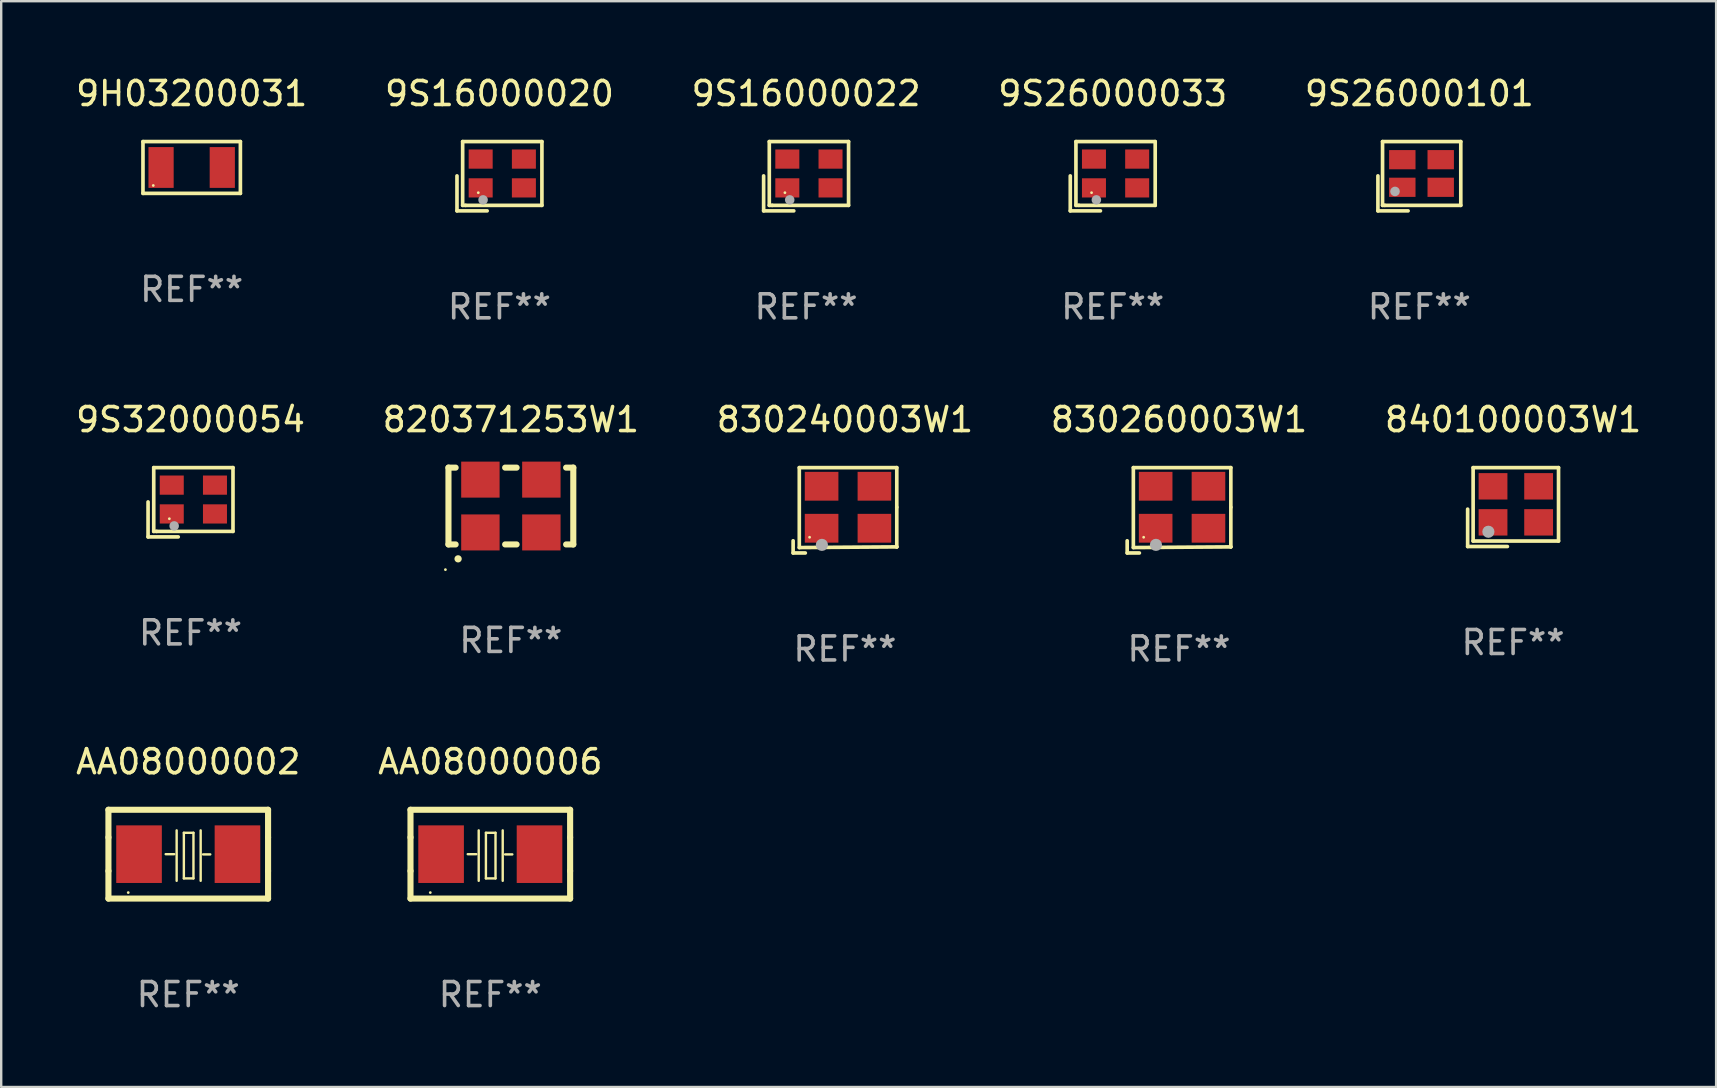
<source format=kicad_pcb>
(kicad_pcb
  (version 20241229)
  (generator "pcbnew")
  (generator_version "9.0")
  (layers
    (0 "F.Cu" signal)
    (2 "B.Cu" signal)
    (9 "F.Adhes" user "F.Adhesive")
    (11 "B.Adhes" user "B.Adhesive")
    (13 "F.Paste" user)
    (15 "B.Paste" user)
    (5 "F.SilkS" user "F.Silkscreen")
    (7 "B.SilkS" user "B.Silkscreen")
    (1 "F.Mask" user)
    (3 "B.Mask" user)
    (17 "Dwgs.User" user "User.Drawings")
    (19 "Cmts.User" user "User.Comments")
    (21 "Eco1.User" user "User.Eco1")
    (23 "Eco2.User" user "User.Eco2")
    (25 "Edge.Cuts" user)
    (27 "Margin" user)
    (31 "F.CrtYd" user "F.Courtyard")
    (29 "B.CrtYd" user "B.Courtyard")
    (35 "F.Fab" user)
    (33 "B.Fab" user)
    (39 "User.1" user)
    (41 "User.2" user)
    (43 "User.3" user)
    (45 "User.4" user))
  (footprint "9S16000022"
    (layer "F.Cu")
    (at 30.53 4.291)
    (property "Reference" "9S16000022" (at 0 -3.443 0) (layer "F.SilkS") (effects (font (size 1 1) (thickness 0.15))))
    (attr through_hole)
    (fp_line (start -1.769 -0.014) (end -1.769 1.443) (stroke (width 0.152) (type solid)) (layer "F.SilkS"))
    (fp_line (start -1.769 1.443) (end -0.512 1.443) (stroke (width 0.152) (type solid)) (layer "F.SilkS"))
    (fp_line (start -1.533 -1.443) (end 1.769 -1.443) (stroke (width 0.152) (type solid)) (layer "F.SilkS"))
    (fp_line (start -1.533 1.214) (end -1.533 -1.443) (stroke (width 0.152) (type solid)) (layer "F.SilkS"))
    (fp_line (start -1.411 1.214) (end -1.533 1.214) (stroke (width 0.152) (type solid)) (layer "F.SilkS"))
    (fp_line (start 1.769 -1.443) (end 1.769 1.214) (stroke (width 0.152) (type solid)) (layer "F.SilkS"))
    (fp_line (start 1.769 1.214) (end -1.411 1.214) (stroke (width 0.152) (type solid)) (layer "F.SilkS"))
    (fp_circle (center -0.882 0.686) (end -0.852 0.686) (stroke (width 0.06) (type solid)) (fill no) (layer "F.SilkS"))
    (fp_circle (center -0.682 0.986) (end -0.582 0.986) (stroke (width 0.2) (type solid)) (fill no) (layer "F.Fab"))
    (fp_text user "REF**" (at 0 5.443 0) (layer "F.Fab") (effects (font (size 1 1) (thickness 0.15))))
    (pad "1" smd rect (at -0.782 0.486 90) (size 0.8 1) (layers "F.Cu" "F.Mask" "F.Paste"))
    (pad "2" smd rect (at 1.018 0.486 90) (size 0.8 1) (layers "F.Cu" "F.Mask" "F.Paste"))
    (pad "3" smd rect (at 1.018 -0.714 90) (size 0.8 1) (layers "F.Cu" "F.Mask" "F.Paste"))
    (pad "4" smd rect (at -0.782 -0.714 90) (size 0.8 1) (layers "F.Cu" "F.Mask" "F.Paste")))
  (footprint "9S32000054"
    (layer "F.Cu")
    (at 4.887 17.873)
    (property "Reference" "9S32000054" (at 0 -3.443 0) (layer "F.SilkS") (effects (font (size 1 1) (thickness 0.15))))
    (attr through_hole)
    (fp_line (start -1.769 -0.014) (end -1.769 1.443) (stroke (width 0.152) (type solid)) (layer "F.SilkS"))
    (fp_line (start -1.769 1.443) (end -0.512 1.443) (stroke (width 0.152) (type solid)) (layer "F.SilkS"))
    (fp_line (start -1.533 -1.443) (end 1.769 -1.443) (stroke (width 0.152) (type solid)) (layer "F.SilkS"))
    (fp_line (start -1.533 1.214) (end -1.533 -1.443) (stroke (width 0.152) (type solid)) (layer "F.SilkS"))
    (fp_line (start -1.411 1.214) (end -1.533 1.214) (stroke (width 0.152) (type solid)) (layer "F.SilkS"))
    (fp_line (start 1.769 -1.443) (end 1.769 1.214) (stroke (width 0.152) (type solid)) (layer "F.SilkS"))
    (fp_line (start 1.769 1.214) (end -1.411 1.214) (stroke (width 0.152) (type solid)) (layer "F.SilkS"))
    (fp_circle (center -0.882 0.686) (end -0.852 0.686) (stroke (width 0.06) (type solid)) (fill no) (layer "F.SilkS"))
    (fp_circle (center -0.682 0.986) (end -0.582 0.986) (stroke (width 0.2) (type solid)) (fill no) (layer "F.Fab"))
    (fp_text user "REF**" (at 0 5.443 0) (layer "F.Fab") (effects (font (size 1 1) (thickness 0.15))))
    (pad "1" smd rect (at -0.782 0.486 90) (size 0.8 1) (layers "F.Cu" "F.Mask" "F.Paste"))
    (pad "2" smd rect (at 1.018 0.486 90) (size 0.8 1) (layers "F.Cu" "F.Mask" "F.Paste"))
    (pad "3" smd rect (at 1.018 -0.714 90) (size 0.8 1) (layers "F.Cu" "F.Mask" "F.Paste"))
    (pad "4" smd rect (at -0.782 -0.714 90) (size 0.8 1) (layers "F.Cu" "F.Mask" "F.Paste")))
  (footprint "AA08000002"
    (layer "F.Cu")
    (at 4.792 32.533)
    (property "Reference" "AA08000002" (at 0 -3.85 0) (layer "F.SilkS") (effects (font (size 1 1) (thickness 0.15))))
    (attr through_hole)
    (fp_line (start -3.325 0.7) (end -3.325 -0.7) (stroke (width 0.254) (type solid)) (layer "F.SilkS"))
    (fp_line (start -3.325 -1.85) (end 3.325 -1.85) (stroke (width 0.254) (type solid)) (layer "F.SilkS"))
    (fp_line (start -3.325 -0.7) (end -3.325 -1.85) (stroke (width 0.254) (type solid)) (layer "F.SilkS"))
    (fp_line (start -3.325 1.85) (end -3.325 0.7) (stroke (width 0.254) (type solid)) (layer "F.SilkS"))
    (fp_line (start -0.94 -0.000127) (end -0.584 -0.000127) (stroke (width 0.1) (type solid)) (layer "F.SilkS"))
    (fp_line (start -0.483 -0.991) (end -0.483 1.109) (stroke (width 0.1) (type solid)) (layer "F.SilkS"))
    (fp_line (start -0.183 -0.891) (end -0.183 1.009) (stroke (width 0.1) (type solid)) (layer "F.SilkS"))
    (fp_line (start -0.183 1.009) (end 0.217 1.009) (stroke (width 0.1) (type solid)) (layer "F.SilkS"))
    (fp_line (start 0.217 -0.891) (end -0.183 -0.891) (stroke (width 0.1) (type solid)) (layer "F.SilkS"))
    (fp_line (start 0.217 1.009) (end 0.217 -0.891) (stroke (width 0.1) (type solid)) (layer "F.SilkS"))
    (fp_line (start 0.517 -0.991) (end 0.517 1.109) (stroke (width 0.1) (type solid)) (layer "F.SilkS"))
    (fp_line (start 0.617 0.009) (end 0.917 0.009) (stroke (width 0.1) (type solid)) (layer "F.SilkS"))
    (fp_line (start 3.325 -1.85) (end 3.325 -0.7) (stroke (width 0.254) (type solid)) (layer "F.SilkS"))
    (fp_line (start 3.325 0.7) (end 3.325 1.85) (stroke (width 0.254) (type solid)) (layer "F.SilkS"))
    (fp_line (start 3.325 1.85) (end -3.325 1.85) (stroke (width 0.254) (type solid)) (layer "F.SilkS"))
    (fp_line (start 3.325 -0.7) (end 3.325 0.7) (stroke (width 0.254) (type solid)) (layer "F.SilkS"))
    (fp_circle (center -2.5 1.6) (end -2.47 1.6) (stroke (width 0.06) (type solid)) (fill no) (layer "F.SilkS"))
    (fp_text user "REF**" (at 0 5.85 0) (layer "F.Fab") (effects (font (size 1 1) (thickness 0.15))))
    (pad "1" smd rect (at -2.05 -0.000127) (size 1.9 2.4) (layers "F.Cu" "F.Mask" "F.Paste"))
    (pad "2" smd rect (at 2.05 -0.000127) (size 1.9 2.4) (layers "F.Cu" "F.Mask" "F.Paste")))
  (footprint "9S26000033"
    (layer "F.Cu")
    (at 43.304 4.291)
    (property "Reference" "9S26000033" (at 0 -3.443 0) (layer "F.SilkS") (effects (font (size 1 1) (thickness 0.15))))
    (attr through_hole)
    (fp_line (start -1.769 -0.014) (end -1.769 1.443) (stroke (width 0.152) (type solid)) (layer "F.SilkS"))
    (fp_line (start -1.769 1.443) (end -0.512 1.443) (stroke (width 0.152) (type solid)) (layer "F.SilkS"))
    (fp_line (start -1.533 -1.443) (end 1.769 -1.443) (stroke (width 0.152) (type solid)) (layer "F.SilkS"))
    (fp_line (start -1.533 1.214) (end -1.533 -1.443) (stroke (width 0.152) (type solid)) (layer "F.SilkS"))
    (fp_line (start -1.411 1.214) (end -1.533 1.214) (stroke (width 0.152) (type solid)) (layer "F.SilkS"))
    (fp_line (start 1.769 -1.443) (end 1.769 1.214) (stroke (width 0.152) (type solid)) (layer "F.SilkS"))
    (fp_line (start 1.769 1.214) (end -1.411 1.214) (stroke (width 0.152) (type solid)) (layer "F.SilkS"))
    (fp_circle (center -0.882 0.686) (end -0.852 0.686) (stroke (width 0.06) (type solid)) (fill no) (layer "F.SilkS"))
    (fp_circle (center -0.682 0.986) (end -0.582 0.986) (stroke (width 0.2) (type solid)) (fill no) (layer "F.Fab"))
    (fp_text user "REF**" (at 0 5.443 0) (layer "F.Fab") (effects (font (size 1 1) (thickness 0.15))))
    (pad "1" smd rect (at -0.782 0.486 90) (size 0.8 1) (layers "F.Cu" "F.Mask" "F.Paste"))
    (pad "2" smd rect (at 1.018 0.486 90) (size 0.8 1) (layers "F.Cu" "F.Mask" "F.Paste"))
    (pad "3" smd rect (at 1.018 -0.714 90) (size 0.8 1) (layers "F.Cu" "F.Mask" "F.Paste"))
    (pad "4" smd rect (at -0.782 -0.714 90) (size 0.8 1) (layers "F.Cu" "F.Mask" "F.Paste")))
  (footprint "9S26000101"
    (layer "F.Cu")
    (at 56.077 4.291)
    (property "Reference" "9S26000101" (at 0 -3.443 0) (layer "F.SilkS") (effects (font (size 1 1) (thickness 0.15))))
    (attr through_hole)
    (fp_line (start -1.726 -0.015) (end -1.726 1.443) (stroke (width 0.152) (type solid)) (layer "F.SilkS"))
    (fp_line (start -1.726 1.443) (end -0.469 1.443) (stroke (width 0.152) (type solid)) (layer "F.SilkS"))
    (fp_line (start -1.533 -1.443) (end 1.726 -1.443) (stroke (width 0.152) (type solid)) (layer "F.SilkS"))
    (fp_line (start -1.533 1.214) (end -1.533 -1.443) (stroke (width 0.152) (type solid)) (layer "F.SilkS"))
    (fp_line (start -1.439 1.214) (end -1.533 1.214) (stroke (width 0.152) (type solid)) (layer "F.SilkS"))
    (fp_line (start 1.726 -1.443) (end 1.726 1.214) (stroke (width 0.152) (type solid)) (layer "F.SilkS"))
    (fp_line (start 1.726 1.214) (end -1.439 1.214) (stroke (width 0.152) (type solid)) (layer "F.SilkS"))
    (fp_circle (center -0.91 0.686) (end -0.88 0.686) (stroke (width 0.06) (type solid)) (fill no) (layer "F.SilkS"))
    (fp_circle (center -1.014 0.633) (end -0.914 0.633) (stroke (width 0.2) (type solid)) (fill no) (layer "F.Fab"))
    (fp_text user "REF**" (at 0 5.443 0) (layer "F.Fab") (effects (font (size 1 1) (thickness 0.15))))
    (pad "1" smd rect (at -0.71 0.461) (size 1.1 0.8) (layers "F.Cu" "F.Mask" "F.Paste"))
    (pad "2" smd rect (at 0.89 0.461) (size 1.1 0.8) (layers "F.Cu" "F.Mask" "F.Paste"))
    (pad "3" smd rect (at 0.89 -0.689) (size 1.1 0.8) (layers "F.Cu" "F.Mask" "F.Paste"))
    (pad "4" smd rect (at -0.71 -0.689) (size 1.1 0.8) (layers "F.Cu" "F.Mask" "F.Paste")))
  (footprint "9S16000020"
    (layer "F.Cu")
    (at 17.756 4.291)
    (property "Reference" "9S16000020" (at 0 -3.443 0) (layer "F.SilkS") (effects (font (size 1 1) (thickness 0.15))))
    (attr through_hole)
    (fp_line (start -1.769 -0.014) (end -1.769 1.443) (stroke (width 0.152) (type solid)) (layer "F.SilkS"))
    (fp_line (start -1.769 1.443) (end -0.512 1.443) (stroke (width 0.152) (type solid)) (layer "F.SilkS"))
    (fp_line (start -1.533 -1.443) (end 1.769 -1.443) (stroke (width 0.152) (type solid)) (layer "F.SilkS"))
    (fp_line (start -1.533 1.214) (end -1.533 -1.443) (stroke (width 0.152) (type solid)) (layer "F.SilkS"))
    (fp_line (start -1.411 1.214) (end -1.533 1.214) (stroke (width 0.152) (type solid)) (layer "F.SilkS"))
    (fp_line (start 1.769 -1.443) (end 1.769 1.214) (stroke (width 0.152) (type solid)) (layer "F.SilkS"))
    (fp_line (start 1.769 1.214) (end -1.411 1.214) (stroke (width 0.152) (type solid)) (layer "F.SilkS"))
    (fp_circle (center -0.882 0.686) (end -0.852 0.686) (stroke (width 0.06) (type solid)) (fill no) (layer "F.SilkS"))
    (fp_circle (center -0.682 0.986) (end -0.582 0.986) (stroke (width 0.2) (type solid)) (fill no) (layer "F.Fab"))
    (fp_text user "REF**" (at 0 5.443 0) (layer "F.Fab") (effects (font (size 1 1) (thickness 0.15))))
    (pad "1" smd rect (at -0.782 0.486 90) (size 0.8 1) (layers "F.Cu" "F.Mask" "F.Paste"))
    (pad "2" smd rect (at 1.018 0.486 90) (size 0.8 1) (layers "F.Cu" "F.Mask" "F.Paste"))
    (pad "3" smd rect (at 1.018 -0.714 90) (size 0.8 1) (layers "F.Cu" "F.Mask" "F.Paste"))
    (pad "4" smd rect (at -0.782 -0.714 90) (size 0.8 1) (layers "F.Cu" "F.Mask" "F.Paste")))
  (footprint "830240003W1"
    (layer "F.Cu")
    (at 32.149 18.208)
    (property "Reference" "830240003W1" (at 0 -3.778 0) (layer "F.SilkS") (effects (font (size 1 1) (thickness 0.15))))
    (attr through_hole)
    (fp_line (start -2.159 1.27) (end -2.159 1.778) (stroke (width 0.152) (type solid)) (layer "F.SilkS"))
    (fp_line (start -2.159 1.778) (end -1.651 1.778) (stroke (width 0.152) (type solid)) (layer "F.SilkS"))
    (fp_line (start -1.902 -1.778) (end 2.159 -1.778) (stroke (width 0.152) (type solid)) (layer "F.SilkS"))
    (fp_line (start -1.902 1.552) (end -1.902 -1.778) (stroke (width 0.152) (type solid)) (layer "F.SilkS"))
    (fp_line (start 2.159 -1.778) (end 2.159 -0.127) (stroke (width 0.152) (type solid)) (layer "F.SilkS"))
    (fp_line (start 2.159 -0.127) (end 2.159 1.524) (stroke (width 0.152) (type solid)) (layer "F.SilkS"))
    (fp_line (start 2.159 1.524) (end -1.902 1.552) (stroke (width 0.152) (type solid)) (layer "F.SilkS"))
    (fp_line (start 2.159 1.524) (end 2.159 1.524) (stroke (width 0.152) (type solid)) (layer "F.SilkS"))
    (fp_circle (center -1.473 1.123) (end -1.443 1.123) (stroke (width 0.06) (type solid)) (fill no) (layer "F.SilkS"))
    (fp_circle (center -0.961 1.44) (end -0.834 1.44) (stroke (width 0.254) (type solid)) (fill no) (layer "F.Fab"))
    (fp_text user "REF**" (at 0 5.778 0) (layer "F.Fab") (effects (font (size 1 1) (thickness 0.15))))
    (pad "1" smd rect (at -0.973 0.748) (size 1.4 1.2) (layers "F.Cu" "F.Mask" "F.Paste"))
    (pad "2" smd rect (at 1.227 0.748) (size 1.4 1.2) (layers "F.Cu" "F.Mask" "F.Paste"))
    (pad "3" smd rect (at 1.227 -1.002) (size 1.4 1.2) (layers "F.Cu" "F.Mask" "F.Paste"))
    (pad "4" smd rect (at -0.973 -1.002) (size 1.4 1.2) (layers "F.Cu" "F.Mask" "F.Paste")))
  (footprint "AA08000006"
    (layer "F.Cu")
    (at 17.375 32.533)
    (property "Reference" "AA08000006" (at 0 -3.85 0) (layer "F.SilkS") (effects (font (size 1 1) (thickness 0.15))))
    (attr through_hole)
    (fp_line (start -3.325 0.7) (end -3.325 -0.7) (stroke (width 0.254) (type solid)) (layer "F.SilkS"))
    (fp_line (start -3.325 -1.85) (end 3.325 -1.85) (stroke (width 0.254) (type solid)) (layer "F.SilkS"))
    (fp_line (start -3.325 -0.7) (end -3.325 -1.85) (stroke (width 0.254) (type solid)) (layer "F.SilkS"))
    (fp_line (start -3.325 1.85) (end -3.325 0.7) (stroke (width 0.254) (type solid)) (layer "F.SilkS"))
    (fp_line (start -0.94 -0.000127) (end -0.584 -0.000127) (stroke (width 0.1) (type solid)) (layer "F.SilkS"))
    (fp_line (start -0.483 -0.991) (end -0.483 1.109) (stroke (width 0.1) (type solid)) (layer "F.SilkS"))
    (fp_line (start -0.183 -0.891) (end -0.183 1.009) (stroke (width 0.1) (type solid)) (layer "F.SilkS"))
    (fp_line (start -0.183 1.009) (end 0.217 1.009) (stroke (width 0.1) (type solid)) (layer "F.SilkS"))
    (fp_line (start 0.217 -0.891) (end -0.183 -0.891) (stroke (width 0.1) (type solid)) (layer "F.SilkS"))
    (fp_line (start 0.217 1.009) (end 0.217 -0.891) (stroke (width 0.1) (type solid)) (layer "F.SilkS"))
    (fp_line (start 0.517 -0.991) (end 0.517 1.109) (stroke (width 0.1) (type solid)) (layer "F.SilkS"))
    (fp_line (start 0.617 0.009) (end 0.917 0.009) (stroke (width 0.1) (type solid)) (layer "F.SilkS"))
    (fp_line (start 3.325 -1.85) (end 3.325 -0.7) (stroke (width 0.254) (type solid)) (layer "F.SilkS"))
    (fp_line (start 3.325 0.7) (end 3.325 1.85) (stroke (width 0.254) (type solid)) (layer "F.SilkS"))
    (fp_line (start 3.325 1.85) (end -3.325 1.85) (stroke (width 0.254) (type solid)) (layer "F.SilkS"))
    (fp_line (start 3.325 -0.7) (end 3.325 0.7) (stroke (width 0.254) (type solid)) (layer "F.SilkS"))
    (fp_circle (center -2.5 1.6) (end -2.47 1.6) (stroke (width 0.06) (type solid)) (fill no) (layer "F.SilkS"))
    (fp_text user "REF**" (at 0 5.85 0) (layer "F.Fab") (effects (font (size 1 1) (thickness 0.15))))
    (pad "1" smd rect (at -2.05 -0.000127) (size 1.9 2.4) (layers "F.Cu" "F.Mask" "F.Paste"))
    (pad "2" smd rect (at 2.05 -0.000127) (size 1.9 2.4) (layers "F.Cu" "F.Mask" "F.Paste")))
  (footprint "840100003W1"
    (layer "F.Cu")
    (at 59.982 18.074)
    (property "Reference" "840100003W1" (at 0 -3.643 0) (layer "F.SilkS") (effects (font (size 1 1) (thickness 0.15))))
    (attr through_hole)
    (fp_line (start -1.893 0.086) (end -1.893 1.643) (stroke (width 0.152) (type solid)) (layer "F.SilkS"))
    (fp_line (start -1.893 1.643) (end -0.237 1.643) (stroke (width 0.152) (type solid)) (layer "F.SilkS"))
    (fp_line (start -1.665 -1.643) (end 1.893 -1.643) (stroke (width 0.152) (type solid)) (layer "F.SilkS"))
    (fp_line (start -1.665 1.414) (end -1.665 -1.643) (stroke (width 0.152) (type solid)) (layer "F.SilkS"))
    (fp_line (start 1.893 -1.643) (end 1.893 1.414) (stroke (width 0.152) (type solid)) (layer "F.SilkS"))
    (fp_line (start 1.893 1.414) (end -1.665 1.414) (stroke (width 0.152) (type solid)) (layer "F.SilkS"))
    (fp_circle (center -1.136 0.885) (end -1.106 0.885) (stroke (width 0.06) (type solid)) (fill no) (layer "F.SilkS"))
    (fp_circle (center -1.029 1.028) (end -0.902 1.028) (stroke (width 0.254) (type solid)) (fill no) (layer "F.Fab"))
    (fp_text user "REF**" (at 0 5.643 0) (layer "F.Fab") (effects (font (size 1 1) (thickness 0.15))))
    (pad "1" smd rect (at -0.836 0.636) (size 1.2 1.1) (layers "F.Cu" "F.Mask" "F.Paste"))
    (pad "2" smd rect (at 1.064 0.636) (size 1.2 1.1) (layers "F.Cu" "F.Mask" "F.Paste"))
    (pad "3" smd rect (at 1.064 -0.865) (size 1.2 1.1) (layers "F.Cu" "F.Mask" "F.Paste"))
    (pad "4" smd rect (at -0.836 -0.865) (size 1.2 1.1) (layers "F.Cu" "F.Mask" "F.Paste")))
  (footprint "9H03200031"
    (layer "F.Cu")
    (at 4.935 3.927)
    (property "Reference" "9H03200031" (at 0 -3.079 0) (layer "F.SilkS") (effects (font (size 1 1) (thickness 0.15))))
    (attr through_hole)
    (fp_line (start -2.029 -1.079) (end 2.029 -1.079) (stroke (width 0.152) (type solid)) (layer "F.SilkS"))
    (fp_line (start -2.029 1.079) (end -2.029 -1.079) (stroke (width 0.152) (type solid)) (layer "F.SilkS"))
    (fp_line (start 2.029 -1.079) (end 2.029 1.079) (stroke (width 0.152) (type solid)) (layer "F.SilkS"))
    (fp_line (start 2.029 1.079) (end -2.029 1.079) (stroke (width 0.152) (type solid)) (layer "F.SilkS"))
    (fp_circle (center -1.6 0.75) (end -1.57 0.75) (stroke (width 0.06) (type solid)) (fill no) (layer "F.SilkS"))
    (fp_text user "REF**" (at 0 5.079 0) (layer "F.Fab") (effects (font (size 1 1) (thickness 0.15))))
    (pad "1" smd rect (at -1.275 0) (size 1.05 1.7) (layers "F.Cu" "F.Mask" "F.Paste"))
    (pad "2" smd rect (at 1.275 0) (size 1.05 1.7) (layers "F.Cu" "F.Mask" "F.Paste")))
  (footprint "820371253W1"
    (layer "F.Cu")
    (at 18.232 18.03)
    (property "Reference" "820371253W1" (at 0 -3.6 0) (layer "F.SilkS") (effects (font (size 1 1) (thickness 0.15))))
    (attr through_hole)
    (fp_line (start -2.6 -1.6) (end -2.301 -1.6) (stroke (width 0.254) (type solid)) (layer "F.SilkS"))
    (fp_line (start -2.6 1.6) (end -2.6 -1.6) (stroke (width 0.254) (type solid)) (layer "F.SilkS"))
    (fp_line (start -2.301 1.6) (end -2.6 1.6) (stroke (width 0.254) (type solid)) (layer "F.SilkS"))
    (fp_line (start -0.239 -1.6) (end 0.239 -1.6) (stroke (width 0.254) (type solid)) (layer "F.SilkS"))
    (fp_line (start 0.239 1.6) (end -0.239 1.6) (stroke (width 0.254) (type solid)) (layer "F.SilkS"))
    (fp_line (start 2.301 -1.6) (end 2.6 -1.6) (stroke (width 0.254) (type solid)) (layer "F.SilkS"))
    (fp_line (start 2.6 -1.6) (end 2.6 1.6) (stroke (width 0.254) (type solid)) (layer "F.SilkS"))
    (fp_line (start 2.6 1.6) (end 2.301 1.6) (stroke (width 0.254) (type solid)) (layer "F.SilkS"))
    (fp_arc (start -2.2 2.2) (mid -2.19873 2.199995) (end -2.19746 2.2) (stroke (width 0.3) (type solid)) (layer "F.SilkS"))
    (fp_circle (center -2.727 2.65) (end -2.697 2.65) (stroke (width 0.06) (type solid)) (fill no) (layer "F.SilkS"))
    (fp_text user "REF**" (at 0 5.6 0) (layer "F.Fab") (effects (font (size 1 1) (thickness 0.15))))
    (pad "1" smd rect (at -1.27 1.1) (size 1.6 1.5) (layers "F.Cu" "F.Mask" "F.Paste"))
    (pad "2" smd rect (at 1.27 1.1) (size 1.6 1.5) (layers "F.Cu" "F.Mask" "F.Paste"))
    (pad "3" smd rect (at 1.27 -1.1) (size 1.6 1.5) (layers "F.Cu" "F.Mask" "F.Paste"))
    (pad "4" smd rect (at -1.27 -1.1) (size 1.6 1.5) (layers "F.Cu" "F.Mask" "F.Paste")))
  (footprint "830260003W1"
    (layer "F.Cu")
    (at 46.065 18.208)
    (property "Reference" "830260003W1" (at 0 -3.778 0) (layer "F.SilkS") (effects (font (size 1 1) (thickness 0.15))))
    (attr through_hole)
    (fp_line (start -2.159 1.27) (end -2.159 1.778) (stroke (width 0.152) (type solid)) (layer "F.SilkS"))
    (fp_line (start -2.159 1.778) (end -1.651 1.778) (stroke (width 0.152) (type solid)) (layer "F.SilkS"))
    (fp_line (start -1.902 -1.778) (end 2.159 -1.778) (stroke (width 0.152) (type solid)) (layer "F.SilkS"))
    (fp_line (start -1.902 1.552) (end -1.902 -1.778) (stroke (width 0.152) (type solid)) (layer "F.SilkS"))
    (fp_line (start 2.159 -1.778) (end 2.159 -0.127) (stroke (width 0.152) (type solid)) (layer "F.SilkS"))
    (fp_line (start 2.159 -0.127) (end 2.159 1.524) (stroke (width 0.152) (type solid)) (layer "F.SilkS"))
    (fp_line (start 2.159 1.524) (end -1.902 1.552) (stroke (width 0.152) (type solid)) (layer "F.SilkS"))
    (fp_line (start 2.159 1.524) (end 2.159 1.524) (stroke (width 0.152) (type solid)) (layer "F.SilkS"))
    (fp_circle (center -1.473 1.123) (end -1.443 1.123) (stroke (width 0.06) (type solid)) (fill no) (layer "F.SilkS"))
    (fp_circle (center -0.961 1.44) (end -0.834 1.44) (stroke (width 0.254) (type solid)) (fill no) (layer "F.Fab"))
    (fp_text user "REF**" (at 0 5.778 0) (layer "F.Fab") (effects (font (size 1 1) (thickness 0.15))))
    (pad "1" smd rect (at -0.973 0.748) (size 1.4 1.2) (layers "F.Cu" "F.Mask" "F.Paste"))
    (pad "2" smd rect (at 1.227 0.748) (size 1.4 1.2) (layers "F.Cu" "F.Mask" "F.Paste"))
    (pad "3" smd rect (at 1.227 -1.002) (size 1.4 1.2) (layers "F.Cu" "F.Mask" "F.Paste"))
    (pad "4" smd rect (at -0.973 -1.002) (size 1.4 1.2) (layers "F.Cu" "F.Mask" "F.Paste")))
  (gr_rect
    (start -3 -3)
    (end 68.44 42.231)
    (stroke (width 0.1) (type default))
    (fill no)
    (layer "Edge.Cuts")))
</source>
